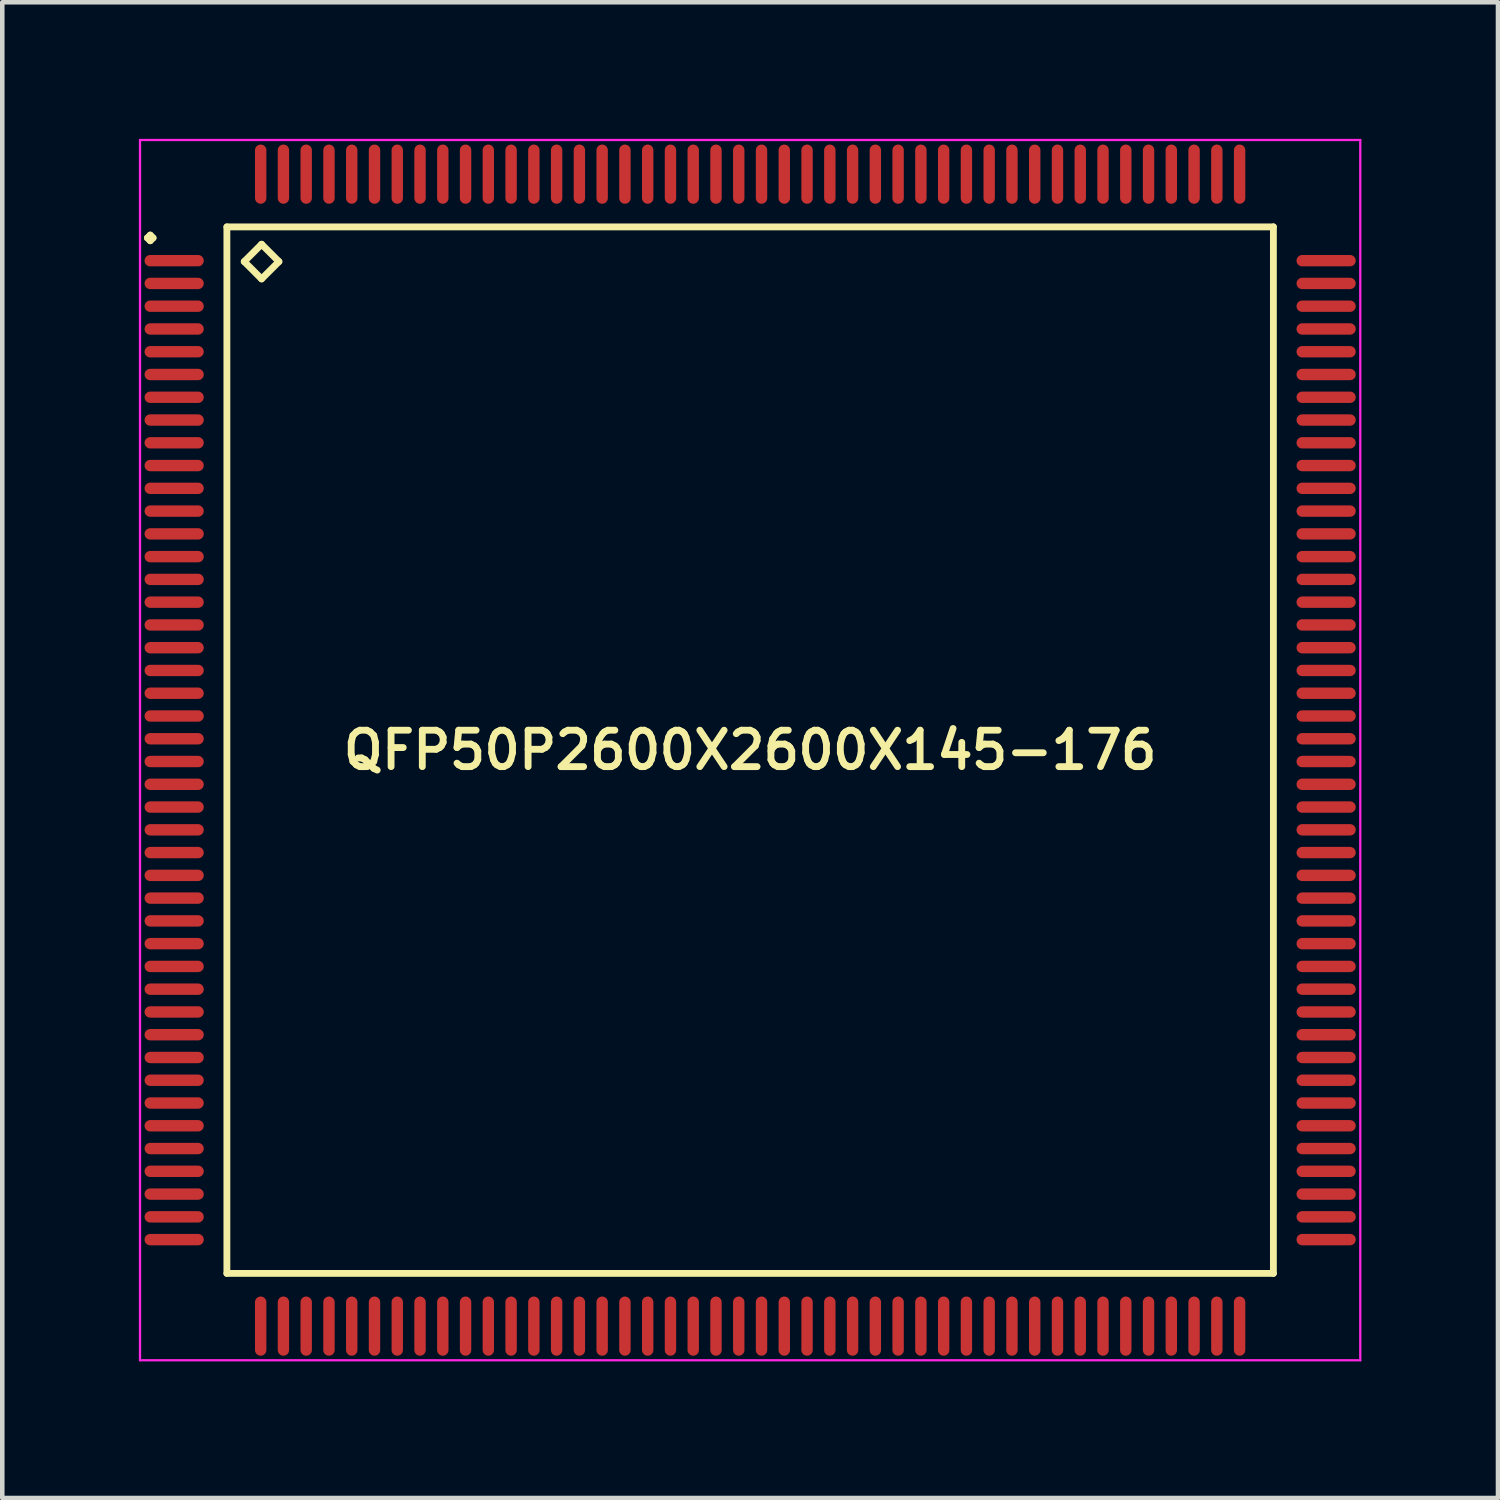
<source format=kicad_pcb>
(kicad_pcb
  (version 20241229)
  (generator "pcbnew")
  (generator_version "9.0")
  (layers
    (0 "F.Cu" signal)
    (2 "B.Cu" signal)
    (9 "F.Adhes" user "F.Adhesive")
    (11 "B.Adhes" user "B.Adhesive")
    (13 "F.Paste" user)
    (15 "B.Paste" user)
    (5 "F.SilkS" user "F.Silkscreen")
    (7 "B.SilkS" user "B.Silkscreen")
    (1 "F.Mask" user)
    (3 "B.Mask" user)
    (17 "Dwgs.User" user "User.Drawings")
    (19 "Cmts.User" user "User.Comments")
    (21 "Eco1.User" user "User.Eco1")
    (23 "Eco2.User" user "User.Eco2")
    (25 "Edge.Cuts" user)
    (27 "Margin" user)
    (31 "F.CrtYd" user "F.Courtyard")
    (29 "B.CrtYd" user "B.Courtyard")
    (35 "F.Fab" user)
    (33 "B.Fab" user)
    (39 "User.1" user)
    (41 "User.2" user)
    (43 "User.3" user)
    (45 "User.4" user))
  (footprint "QFP50P2600X2600X145-176"
    (layer "F.Cu")
    (at 13.425 13.425)
    (property "Reference" "QFP50P2600X2600X145-176" (at 0 0 0) (layer "F.SilkS") (effects (font (size 0.8 0.8) (thickness 0.15))))
    (attr smd)
    (fp_line (start -13.238 -11.25) (end -13.175 -11.312) (stroke (width 0.15) (type solid)) (layer "F.SilkS"))
    (fp_line (start -13.175 -11.312) (end -13.113 -11.25) (stroke (width 0.15) (type solid)) (layer "F.SilkS"))
    (fp_line (start -13.175 -11.188) (end -13.238 -11.25) (stroke (width 0.15) (type solid)) (layer "F.SilkS"))
    (fp_line (start -13.113 -11.25) (end -13.175 -11.188) (stroke (width 0.15) (type solid)) (layer "F.SilkS"))
    (fp_line (start -11.492 -11.492) (end -11.492 11.492) (stroke (width 0.15) (type solid)) (layer "F.SilkS"))
    (fp_line (start -11.492 11.492) (end 11.492 11.492) (stroke (width 0.15) (type solid)) (layer "F.SilkS"))
    (fp_line (start -11.111 -10.73) (end -10.73 -11.111) (stroke (width 0.15) (type solid)) (layer "F.SilkS"))
    (fp_line (start -10.73 -11.111) (end -10.349 -10.73) (stroke (width 0.15) (type solid)) (layer "F.SilkS"))
    (fp_line (start -10.73 -10.349) (end -11.111 -10.73) (stroke (width 0.15) (type solid)) (layer "F.SilkS"))
    (fp_line (start -10.349 -10.73) (end -10.73 -10.349) (stroke (width 0.15) (type solid)) (layer "F.SilkS"))
    (fp_line (start 11.492 -11.492) (end -11.492 -11.492) (stroke (width 0.15) (type solid)) (layer "F.SilkS"))
    (fp_line (start 11.492 11.492) (end 11.492 -11.492) (stroke (width 0.15) (type solid)) (layer "F.SilkS"))
    (fp_line (start -13.4 -13.4) (end 13.4 -13.4) (stroke (width 0.05) (type solid)) (layer "F.CrtYd"))
    (fp_line (start -13.4 13.4) (end -13.4 -13.4) (stroke (width 0.05) (type solid)) (layer "F.CrtYd"))
    (fp_line (start 13.4 -13.4) (end 13.4 13.4) (stroke (width 0.05) (type solid)) (layer "F.CrtYd"))
    (fp_line (start 13.4 13.4) (end -13.4 13.4) (stroke (width 0.05) (type solid)) (layer "F.CrtYd"))
    (pad "1" smd oval (at -12.65 -10.75) (size 1.3 0.25) (layers "F.Cu" "F.Mask" "F.Paste"))
    (pad "2" smd oval (at -12.65 -10.25) (size 1.3 0.25) (layers "F.Cu" "F.Mask" "F.Paste"))
    (pad "3" smd oval (at -12.65 -9.75) (size 1.3 0.25) (layers "F.Cu" "F.Mask" "F.Paste"))
    (pad "4" smd oval (at -12.65 -9.25) (size 1.3 0.25) (layers "F.Cu" "F.Mask" "F.Paste"))
    (pad "5" smd oval (at -12.65 -8.75) (size 1.3 0.25) (layers "F.Cu" "F.Mask" "F.Paste"))
    (pad "6" smd oval (at -12.65 -8.25) (size 1.3 0.25) (layers "F.Cu" "F.Mask" "F.Paste"))
    (pad "7" smd oval (at -12.65 -7.75) (size 1.3 0.25) (layers "F.Cu" "F.Mask" "F.Paste"))
    (pad "8" smd oval (at -12.65 -7.25) (size 1.3 0.25) (layers "F.Cu" "F.Mask" "F.Paste"))
    (pad "9" smd oval (at -12.65 -6.75) (size 1.3 0.25) (layers "F.Cu" "F.Mask" "F.Paste"))
    (pad "10" smd oval (at -12.65 -6.25) (size 1.3 0.25) (layers "F.Cu" "F.Mask" "F.Paste"))
    (pad "11" smd oval (at -12.65 -5.75) (size 1.3 0.25) (layers "F.Cu" "F.Mask" "F.Paste"))
    (pad "12" smd oval (at -12.65 -5.25) (size 1.3 0.25) (layers "F.Cu" "F.Mask" "F.Paste"))
    (pad "13" smd oval (at -12.65 -4.75) (size 1.3 0.25) (layers "F.Cu" "F.Mask" "F.Paste"))
    (pad "14" smd oval (at -12.65 -4.25) (size 1.3 0.25) (layers "F.Cu" "F.Mask" "F.Paste"))
    (pad "15" smd oval (at -12.65 -3.75) (size 1.3 0.25) (layers "F.Cu" "F.Mask" "F.Paste"))
    (pad "16" smd oval (at -12.65 -3.25) (size 1.3 0.25) (layers "F.Cu" "F.Mask" "F.Paste"))
    (pad "17" smd oval (at -12.65 -2.75) (size 1.3 0.25) (layers "F.Cu" "F.Mask" "F.Paste"))
    (pad "18" smd oval (at -12.65 -2.25) (size 1.3 0.25) (layers "F.Cu" "F.Mask" "F.Paste"))
    (pad "19" smd oval (at -12.65 -1.75) (size 1.3 0.25) (layers "F.Cu" "F.Mask" "F.Paste"))
    (pad "20" smd oval (at -12.65 -1.25) (size 1.3 0.25) (layers "F.Cu" "F.Mask" "F.Paste"))
    (pad "21" smd oval (at -12.65 -0.75) (size 1.3 0.25) (layers "F.Cu" "F.Mask" "F.Paste"))
    (pad "22" smd oval (at -12.65 -0.25) (size 1.3 0.25) (layers "F.Cu" "F.Mask" "F.Paste"))
    (pad "23" smd oval (at -12.65 0.25) (size 1.3 0.25) (layers "F.Cu" "F.Mask" "F.Paste"))
    (pad "24" smd oval (at -12.65 0.75) (size 1.3 0.25) (layers "F.Cu" "F.Mask" "F.Paste"))
    (pad "25" smd oval (at -12.65 1.25) (size 1.3 0.25) (layers "F.Cu" "F.Mask" "F.Paste"))
    (pad "26" smd oval (at -12.65 1.75) (size 1.3 0.25) (layers "F.Cu" "F.Mask" "F.Paste"))
    (pad "27" smd oval (at -12.65 2.25) (size 1.3 0.25) (layers "F.Cu" "F.Mask" "F.Paste"))
    (pad "28" smd oval (at -12.65 2.75) (size 1.3 0.25) (layers "F.Cu" "F.Mask" "F.Paste"))
    (pad "29" smd oval (at -12.65 3.25) (size 1.3 0.25) (layers "F.Cu" "F.Mask" "F.Paste"))
    (pad "30" smd oval (at -12.65 3.75) (size 1.3 0.25) (layers "F.Cu" "F.Mask" "F.Paste"))
    (pad "31" smd oval (at -12.65 4.25) (size 1.3 0.25) (layers "F.Cu" "F.Mask" "F.Paste"))
    (pad "32" smd oval (at -12.65 4.75) (size 1.3 0.25) (layers "F.Cu" "F.Mask" "F.Paste"))
    (pad "33" smd oval (at -12.65 5.25) (size 1.3 0.25) (layers "F.Cu" "F.Mask" "F.Paste"))
    (pad "34" smd oval (at -12.65 5.75) (size 1.3 0.25) (layers "F.Cu" "F.Mask" "F.Paste"))
    (pad "35" smd oval (at -12.65 6.25) (size 1.3 0.25) (layers "F.Cu" "F.Mask" "F.Paste"))
    (pad "36" smd oval (at -12.65 6.75) (size 1.3 0.25) (layers "F.Cu" "F.Mask" "F.Paste"))
    (pad "37" smd oval (at -12.65 7.25) (size 1.3 0.25) (layers "F.Cu" "F.Mask" "F.Paste"))
    (pad "38" smd oval (at -12.65 7.75) (size 1.3 0.25) (layers "F.Cu" "F.Mask" "F.Paste"))
    (pad "39" smd oval (at -12.65 8.25) (size 1.3 0.25) (layers "F.Cu" "F.Mask" "F.Paste"))
    (pad "40" smd oval (at -12.65 8.75) (size 1.3 0.25) (layers "F.Cu" "F.Mask" "F.Paste"))
    (pad "41" smd oval (at -12.65 9.25) (size 1.3 0.25) (layers "F.Cu" "F.Mask" "F.Paste"))
    (pad "42" smd oval (at -12.65 9.75) (size 1.3 0.25) (layers "F.Cu" "F.Mask" "F.Paste"))
    (pad "43" smd oval (at -12.65 10.25) (size 1.3 0.25) (layers "F.Cu" "F.Mask" "F.Paste"))
    (pad "44" smd oval (at -12.65 10.75) (size 1.3 0.25) (layers "F.Cu" "F.Mask" "F.Paste"))
    (pad "45" smd oval (at -10.75 12.65) (size 0.25 1.3) (layers "F.Cu" "F.Mask" "F.Paste"))
    (pad "46" smd oval (at -10.25 12.65) (size 0.25 1.3) (layers "F.Cu" "F.Mask" "F.Paste"))
    (pad "47" smd oval (at -9.75 12.65) (size 0.25 1.3) (layers "F.Cu" "F.Mask" "F.Paste"))
    (pad "48" smd oval (at -9.25 12.65) (size 0.25 1.3) (layers "F.Cu" "F.Mask" "F.Paste"))
    (pad "49" smd oval (at -8.75 12.65) (size 0.25 1.3) (layers "F.Cu" "F.Mask" "F.Paste"))
    (pad "50" smd oval (at -8.25 12.65) (size 0.25 1.3) (layers "F.Cu" "F.Mask" "F.Paste"))
    (pad "51" smd oval (at -7.75 12.65) (size 0.25 1.3) (layers "F.Cu" "F.Mask" "F.Paste"))
    (pad "52" smd oval (at -7.25 12.65) (size 0.25 1.3) (layers "F.Cu" "F.Mask" "F.Paste"))
    (pad "53" smd oval (at -6.75 12.65) (size 0.25 1.3) (layers "F.Cu" "F.Mask" "F.Paste"))
    (pad "54" smd oval (at -6.25 12.65) (size 0.25 1.3) (layers "F.Cu" "F.Mask" "F.Paste"))
    (pad "55" smd oval (at -5.75 12.65) (size 0.25 1.3) (layers "F.Cu" "F.Mask" "F.Paste"))
    (pad "56" smd oval (at -5.25 12.65) (size 0.25 1.3) (layers "F.Cu" "F.Mask" "F.Paste"))
    (pad "57" smd oval (at -4.75 12.65) (size 0.25 1.3) (layers "F.Cu" "F.Mask" "F.Paste"))
    (pad "58" smd oval (at -4.25 12.65) (size 0.25 1.3) (layers "F.Cu" "F.Mask" "F.Paste"))
    (pad "59" smd oval (at -3.75 12.65) (size 0.25 1.3) (layers "F.Cu" "F.Mask" "F.Paste"))
    (pad "60" smd oval (at -3.25 12.65) (size 0.25 1.3) (layers "F.Cu" "F.Mask" "F.Paste"))
    (pad "61" smd oval (at -2.75 12.65) (size 0.25 1.3) (layers "F.Cu" "F.Mask" "F.Paste"))
    (pad "62" smd oval (at -2.25 12.65) (size 0.25 1.3) (layers "F.Cu" "F.Mask" "F.Paste"))
    (pad "63" smd oval (at -1.75 12.65) (size 0.25 1.3) (layers "F.Cu" "F.Mask" "F.Paste"))
    (pad "64" smd oval (at -1.25 12.65) (size 0.25 1.3) (layers "F.Cu" "F.Mask" "F.Paste"))
    (pad "65" smd oval (at -0.75 12.65) (size 0.25 1.3) (layers "F.Cu" "F.Mask" "F.Paste"))
    (pad "66" smd oval (at -0.25 12.65) (size 0.25 1.3) (layers "F.Cu" "F.Mask" "F.Paste"))
    (pad "67" smd oval (at 0.25 12.65) (size 0.25 1.3) (layers "F.Cu" "F.Mask" "F.Paste"))
    (pad "68" smd oval (at 0.75 12.65) (size 0.25 1.3) (layers "F.Cu" "F.Mask" "F.Paste"))
    (pad "69" smd oval (at 1.25 12.65) (size 0.25 1.3) (layers "F.Cu" "F.Mask" "F.Paste"))
    (pad "70" smd oval (at 1.75 12.65) (size 0.25 1.3) (layers "F.Cu" "F.Mask" "F.Paste"))
    (pad "71" smd oval (at 2.25 12.65) (size 0.25 1.3) (layers "F.Cu" "F.Mask" "F.Paste"))
    (pad "72" smd oval (at 2.75 12.65) (size 0.25 1.3) (layers "F.Cu" "F.Mask" "F.Paste"))
    (pad "73" smd oval (at 3.25 12.65) (size 0.25 1.3) (layers "F.Cu" "F.Mask" "F.Paste"))
    (pad "74" smd oval (at 3.75 12.65) (size 0.25 1.3) (layers "F.Cu" "F.Mask" "F.Paste"))
    (pad "75" smd oval (at 4.25 12.65) (size 0.25 1.3) (layers "F.Cu" "F.Mask" "F.Paste"))
    (pad "76" smd oval (at 4.75 12.65) (size 0.25 1.3) (layers "F.Cu" "F.Mask" "F.Paste"))
    (pad "77" smd oval (at 5.25 12.65) (size 0.25 1.3) (layers "F.Cu" "F.Mask" "F.Paste"))
    (pad "78" smd oval (at 5.75 12.65) (size 0.25 1.3) (layers "F.Cu" "F.Mask" "F.Paste"))
    (pad "79" smd oval (at 6.25 12.65) (size 0.25 1.3) (layers "F.Cu" "F.Mask" "F.Paste"))
    (pad "80" smd oval (at 6.75 12.65) (size 0.25 1.3) (layers "F.Cu" "F.Mask" "F.Paste"))
    (pad "81" smd oval (at 7.25 12.65) (size 0.25 1.3) (layers "F.Cu" "F.Mask" "F.Paste"))
    (pad "82" smd oval (at 7.75 12.65) (size 0.25 1.3) (layers "F.Cu" "F.Mask" "F.Paste"))
    (pad "83" smd oval (at 8.25 12.65) (size 0.25 1.3) (layers "F.Cu" "F.Mask" "F.Paste"))
    (pad "84" smd oval (at 8.75 12.65) (size 0.25 1.3) (layers "F.Cu" "F.Mask" "F.Paste"))
    (pad "85" smd oval (at 9.25 12.65) (size 0.25 1.3) (layers "F.Cu" "F.Mask" "F.Paste"))
    (pad "86" smd oval (at 9.75 12.65) (size 0.25 1.3) (layers "F.Cu" "F.Mask" "F.Paste"))
    (pad "87" smd oval (at 10.25 12.65) (size 0.25 1.3) (layers "F.Cu" "F.Mask" "F.Paste"))
    (pad "88" smd oval (at 10.75 12.65) (size 0.25 1.3) (layers "F.Cu" "F.Mask" "F.Paste"))
    (pad "89" smd oval (at 12.65 10.75) (size 1.3 0.25) (layers "F.Cu" "F.Mask" "F.Paste"))
    (pad "90" smd oval (at 12.65 10.25) (size 1.3 0.25) (layers "F.Cu" "F.Mask" "F.Paste"))
    (pad "91" smd oval (at 12.65 9.75) (size 1.3 0.25) (layers "F.Cu" "F.Mask" "F.Paste"))
    (pad "92" smd oval (at 12.65 9.25) (size 1.3 0.25) (layers "F.Cu" "F.Mask" "F.Paste"))
    (pad "93" smd oval (at 12.65 8.75) (size 1.3 0.25) (layers "F.Cu" "F.Mask" "F.Paste"))
    (pad "94" smd oval (at 12.65 8.25) (size 1.3 0.25) (layers "F.Cu" "F.Mask" "F.Paste"))
    (pad "95" smd oval (at 12.65 7.75) (size 1.3 0.25) (layers "F.Cu" "F.Mask" "F.Paste"))
    (pad "96" smd oval (at 12.65 7.25) (size 1.3 0.25) (layers "F.Cu" "F.Mask" "F.Paste"))
    (pad "97" smd oval (at 12.65 6.75) (size 1.3 0.25) (layers "F.Cu" "F.Mask" "F.Paste"))
    (pad "98" smd oval (at 12.65 6.25) (size 1.3 0.25) (layers "F.Cu" "F.Mask" "F.Paste"))
    (pad "99" smd oval (at 12.65 5.75) (size 1.3 0.25) (layers "F.Cu" "F.Mask" "F.Paste"))
    (pad "100" smd oval (at 12.65 5.25) (size 1.3 0.25) (layers "F.Cu" "F.Mask" "F.Paste"))
    (pad "101" smd oval (at 12.65 4.75) (size 1.3 0.25) (layers "F.Cu" "F.Mask" "F.Paste"))
    (pad "102" smd oval (at 12.65 4.25) (size 1.3 0.25) (layers "F.Cu" "F.Mask" "F.Paste"))
    (pad "103" smd oval (at 12.65 3.75) (size 1.3 0.25) (layers "F.Cu" "F.Mask" "F.Paste"))
    (pad "104" smd oval (at 12.65 3.25) (size 1.3 0.25) (layers "F.Cu" "F.Mask" "F.Paste"))
    (pad "105" smd oval (at 12.65 2.75) (size 1.3 0.25) (layers "F.Cu" "F.Mask" "F.Paste"))
    (pad "106" smd oval (at 12.65 2.25) (size 1.3 0.25) (layers "F.Cu" "F.Mask" "F.Paste"))
    (pad "107" smd oval (at 12.65 1.75) (size 1.3 0.25) (layers "F.Cu" "F.Mask" "F.Paste"))
    (pad "108" smd oval (at 12.65 1.25) (size 1.3 0.25) (layers "F.Cu" "F.Mask" "F.Paste"))
    (pad "109" smd oval (at 12.65 0.75) (size 1.3 0.25) (layers "F.Cu" "F.Mask" "F.Paste"))
    (pad "110" smd oval (at 12.65 0.25) (size 1.3 0.25) (layers "F.Cu" "F.Mask" "F.Paste"))
    (pad "111" smd oval (at 12.65 -0.25) (size 1.3 0.25) (layers "F.Cu" "F.Mask" "F.Paste"))
    (pad "112" smd oval (at 12.65 -0.75) (size 1.3 0.25) (layers "F.Cu" "F.Mask" "F.Paste"))
    (pad "113" smd oval (at 12.65 -1.25) (size 1.3 0.25) (layers "F.Cu" "F.Mask" "F.Paste"))
    (pad "114" smd oval (at 12.65 -1.75) (size 1.3 0.25) (layers "F.Cu" "F.Mask" "F.Paste"))
    (pad "115" smd oval (at 12.65 -2.25) (size 1.3 0.25) (layers "F.Cu" "F.Mask" "F.Paste"))
    (pad "116" smd oval (at 12.65 -2.75) (size 1.3 0.25) (layers "F.Cu" "F.Mask" "F.Paste"))
    (pad "117" smd oval (at 12.65 -3.25) (size 1.3 0.25) (layers "F.Cu" "F.Mask" "F.Paste"))
    (pad "118" smd oval (at 12.65 -3.75) (size 1.3 0.25) (layers "F.Cu" "F.Mask" "F.Paste"))
    (pad "119" smd oval (at 12.65 -4.25) (size 1.3 0.25) (layers "F.Cu" "F.Mask" "F.Paste"))
    (pad "120" smd oval (at 12.65 -4.75) (size 1.3 0.25) (layers "F.Cu" "F.Mask" "F.Paste"))
    (pad "121" smd oval (at 12.65 -5.25) (size 1.3 0.25) (layers "F.Cu" "F.Mask" "F.Paste"))
    (pad "122" smd oval (at 12.65 -5.75) (size 1.3 0.25) (layers "F.Cu" "F.Mask" "F.Paste"))
    (pad "123" smd oval (at 12.65 -6.25) (size 1.3 0.25) (layers "F.Cu" "F.Mask" "F.Paste"))
    (pad "124" smd oval (at 12.65 -6.75) (size 1.3 0.25) (layers "F.Cu" "F.Mask" "F.Paste"))
    (pad "125" smd oval (at 12.65 -7.25) (size 1.3 0.25) (layers "F.Cu" "F.Mask" "F.Paste"))
    (pad "126" smd oval (at 12.65 -7.75) (size 1.3 0.25) (layers "F.Cu" "F.Mask" "F.Paste"))
    (pad "127" smd oval (at 12.65 -8.25) (size 1.3 0.25) (layers "F.Cu" "F.Mask" "F.Paste"))
    (pad "128" smd oval (at 12.65 -8.75) (size 1.3 0.25) (layers "F.Cu" "F.Mask" "F.Paste"))
    (pad "129" smd oval (at 12.65 -9.25) (size 1.3 0.25) (layers "F.Cu" "F.Mask" "F.Paste"))
    (pad "130" smd oval (at 12.65 -9.75) (size 1.3 0.25) (layers "F.Cu" "F.Mask" "F.Paste"))
    (pad "131" smd oval (at 12.65 -10.25) (size 1.3 0.25) (layers "F.Cu" "F.Mask" "F.Paste"))
    (pad "132" smd oval (at 12.65 -10.75) (size 1.3 0.25) (layers "F.Cu" "F.Mask" "F.Paste"))
    (pad "133" smd oval (at 10.75 -12.65) (size 0.25 1.3) (layers "F.Cu" "F.Mask" "F.Paste"))
    (pad "134" smd oval (at 10.25 -12.65) (size 0.25 1.3) (layers "F.Cu" "F.Mask" "F.Paste"))
    (pad "135" smd oval (at 9.75 -12.65) (size 0.25 1.3) (layers "F.Cu" "F.Mask" "F.Paste"))
    (pad "136" smd oval (at 9.25 -12.65) (size 0.25 1.3) (layers "F.Cu" "F.Mask" "F.Paste"))
    (pad "137" smd oval (at 8.75 -12.65) (size 0.25 1.3) (layers "F.Cu" "F.Mask" "F.Paste"))
    (pad "138" smd oval (at 8.25 -12.65) (size 0.25 1.3) (layers "F.Cu" "F.Mask" "F.Paste"))
    (pad "139" smd oval (at 7.75 -12.65) (size 0.25 1.3) (layers "F.Cu" "F.Mask" "F.Paste"))
    (pad "140" smd oval (at 7.25 -12.65) (size 0.25 1.3) (layers "F.Cu" "F.Mask" "F.Paste"))
    (pad "141" smd oval (at 6.75 -12.65) (size 0.25 1.3) (layers "F.Cu" "F.Mask" "F.Paste"))
    (pad "142" smd oval (at 6.25 -12.65) (size 0.25 1.3) (layers "F.Cu" "F.Mask" "F.Paste"))
    (pad "143" smd oval (at 5.75 -12.65) (size 0.25 1.3) (layers "F.Cu" "F.Mask" "F.Paste"))
    (pad "144" smd oval (at 5.25 -12.65) (size 0.25 1.3) (layers "F.Cu" "F.Mask" "F.Paste"))
    (pad "145" smd oval (at 4.75 -12.65) (size 0.25 1.3) (layers "F.Cu" "F.Mask" "F.Paste"))
    (pad "146" smd oval (at 4.25 -12.65) (size 0.25 1.3) (layers "F.Cu" "F.Mask" "F.Paste"))
    (pad "147" smd oval (at 3.75 -12.65) (size 0.25 1.3) (layers "F.Cu" "F.Mask" "F.Paste"))
    (pad "148" smd oval (at 3.25 -12.65) (size 0.25 1.3) (layers "F.Cu" "F.Mask" "F.Paste"))
    (pad "149" smd oval (at 2.75 -12.65) (size 0.25 1.3) (layers "F.Cu" "F.Mask" "F.Paste"))
    (pad "150" smd oval (at 2.25 -12.65) (size 0.25 1.3) (layers "F.Cu" "F.Mask" "F.Paste"))
    (pad "151" smd oval (at 1.75 -12.65) (size 0.25 1.3) (layers "F.Cu" "F.Mask" "F.Paste"))
    (pad "152" smd oval (at 1.25 -12.65) (size 0.25 1.3) (layers "F.Cu" "F.Mask" "F.Paste"))
    (pad "153" smd oval (at 0.75 -12.65) (size 0.25 1.3) (layers "F.Cu" "F.Mask" "F.Paste"))
    (pad "154" smd oval (at 0.25 -12.65) (size 0.25 1.3) (layers "F.Cu" "F.Mask" "F.Paste"))
    (pad "155" smd oval (at -0.25 -12.65) (size 0.25 1.3) (layers "F.Cu" "F.Mask" "F.Paste"))
    (pad "156" smd oval (at -0.75 -12.65) (size 0.25 1.3) (layers "F.Cu" "F.Mask" "F.Paste"))
    (pad "157" smd oval (at -1.25 -12.65) (size 0.25 1.3) (layers "F.Cu" "F.Mask" "F.Paste"))
    (pad "158" smd oval (at -1.75 -12.65) (size 0.25 1.3) (layers "F.Cu" "F.Mask" "F.Paste"))
    (pad "159" smd oval (at -2.25 -12.65) (size 0.25 1.3) (layers "F.Cu" "F.Mask" "F.Paste"))
    (pad "160" smd oval (at -2.75 -12.65) (size 0.25 1.3) (layers "F.Cu" "F.Mask" "F.Paste"))
    (pad "161" smd oval (at -3.25 -12.65) (size 0.25 1.3) (layers "F.Cu" "F.Mask" "F.Paste"))
    (pad "162" smd oval (at -3.75 -12.65) (size 0.25 1.3) (layers "F.Cu" "F.Mask" "F.Paste"))
    (pad "163" smd oval (at -4.25 -12.65) (size 0.25 1.3) (layers "F.Cu" "F.Mask" "F.Paste"))
    (pad "164" smd oval (at -4.75 -12.65) (size 0.25 1.3) (layers "F.Cu" "F.Mask" "F.Paste"))
    (pad "165" smd oval (at -5.25 -12.65) (size 0.25 1.3) (layers "F.Cu" "F.Mask" "F.Paste"))
    (pad "166" smd oval (at -5.75 -12.65) (size 0.25 1.3) (layers "F.Cu" "F.Mask" "F.Paste"))
    (pad "167" smd oval (at -6.25 -12.65) (size 0.25 1.3) (layers "F.Cu" "F.Mask" "F.Paste"))
    (pad "168" smd oval (at -6.75 -12.65) (size 0.25 1.3) (layers "F.Cu" "F.Mask" "F.Paste"))
    (pad "169" smd oval (at -7.25 -12.65) (size 0.25 1.3) (layers "F.Cu" "F.Mask" "F.Paste"))
    (pad "170" smd oval (at -7.75 -12.65) (size 0.25 1.3) (layers "F.Cu" "F.Mask" "F.Paste"))
    (pad "171" smd oval (at -8.25 -12.65) (size 0.25 1.3) (layers "F.Cu" "F.Mask" "F.Paste"))
    (pad "172" smd oval (at -8.75 -12.65) (size 0.25 1.3) (layers "F.Cu" "F.Mask" "F.Paste"))
    (pad "173" smd oval (at -9.25 -12.65) (size 0.25 1.3) (layers "F.Cu" "F.Mask" "F.Paste"))
    (pad "174" smd oval (at -9.75 -12.65) (size 0.25 1.3) (layers "F.Cu" "F.Mask" "F.Paste"))
    (pad "175" smd oval (at -10.25 -12.65) (size 0.25 1.3) (layers "F.Cu" "F.Mask" "F.Paste"))
    (pad "176" smd oval (at -10.75 -12.65) (size 0.25 1.3) (layers "F.Cu" "F.Mask" "F.Paste")))
  (gr_rect
    (start -3 -3)
    (end 29.85 29.85)
    (stroke (width 0.1) (type default))
    (fill no)
    (layer "Edge.Cuts")))
</source>
